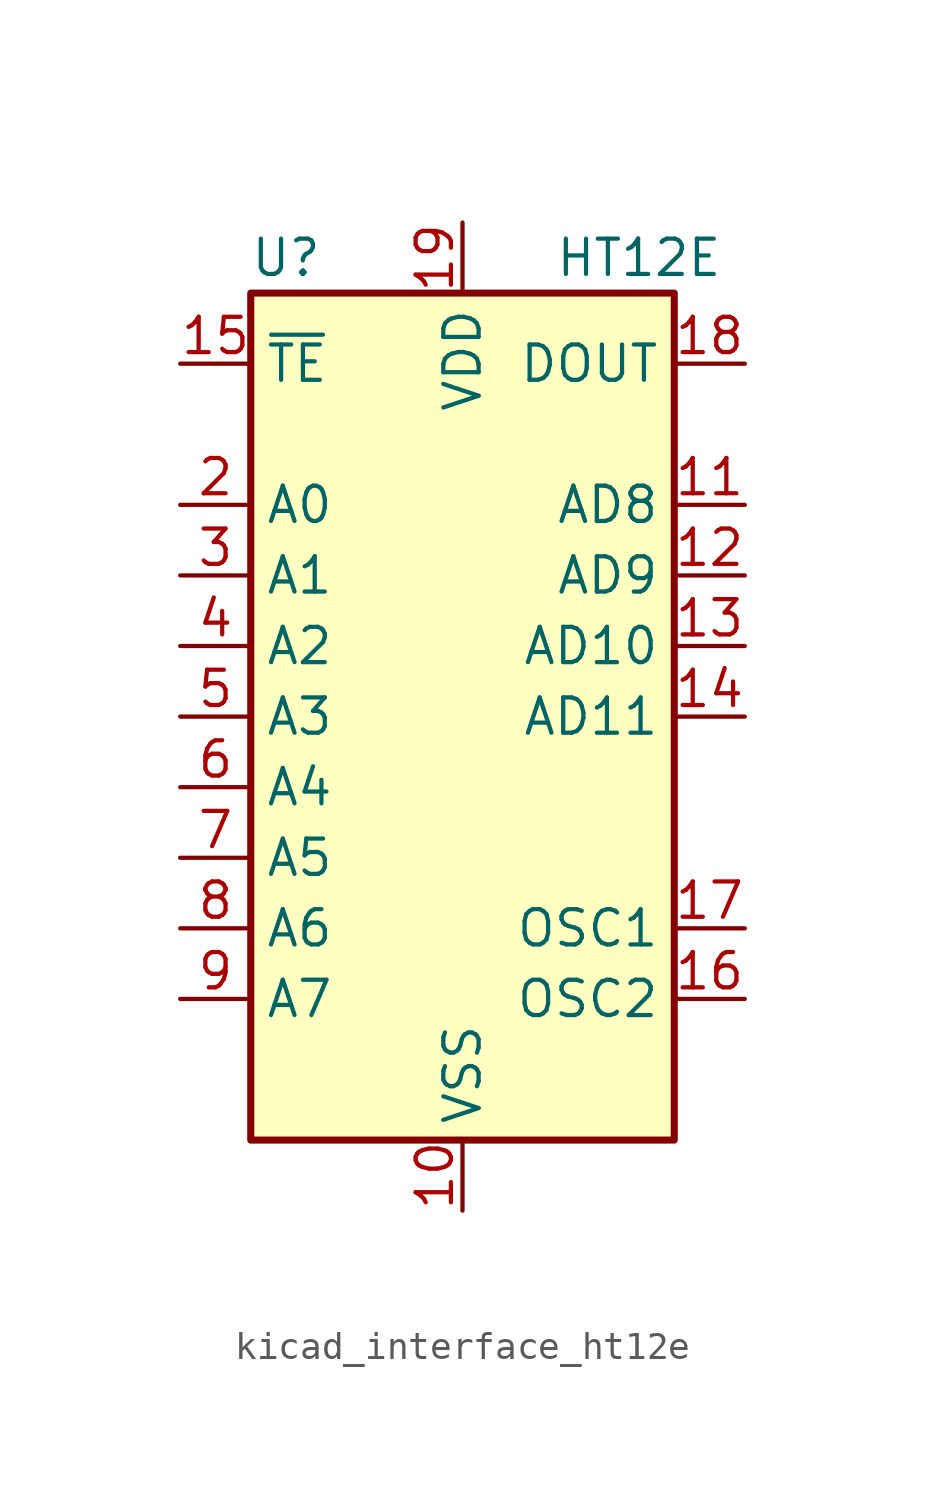
<source format=kicad_sym>
(kicad_symbol_lib
  (version 20220914)
  (generator kicad_symbol_editor)
  (symbol "kicad_interface_ht12e"
    (property "Reference" "U"
      (at -6.35 16.51 0)
      (effects (font (size 1.27 1.27))))
    (property "Value" "HT12E"
      (at 6.35 16.51 0)
      (effects (font (size 1.27 1.27))))
    (symbol "kicad_interface_ht12e_1_1"
      (rectangle (start -7.62 15.24) (end 7.62 -15.24) (stroke (width 0.254) (type default)) (fill (type background)))
      (pin no_connect line (at 7.62 -2.54 180) (length 2.54) hide (name "NC" (effects (font (size 1.27 1.27)))) (number "1" (effects (font (size 1.27 1.27)))))
      (pin power_in line (at 0 -17.78 90) (length 2.54) (name "VSS" (effects (font (size 1.27 1.27)))) (number "10" (effects (font (size 1.27 1.27)))))
      (pin output line (at 10.16 7.62 180) (length 2.54) (name "AD8" (effects (font (size 1.27 1.27)))) (number "11" (effects (font (size 1.27 1.27)))))
      (pin output line (at 10.16 5.08 180) (length 2.54) (name "AD9" (effects (font (size 1.27 1.27)))) (number "12" (effects (font (size 1.27 1.27)))))
      (pin output line (at 10.16 2.54 180) (length 2.54) (name "AD10" (effects (font (size 1.27 1.27)))) (number "13" (effects (font (size 1.27 1.27)))))
      (pin output line (at 10.16 0 180) (length 2.54) (name "AD11" (effects (font (size 1.27 1.27)))) (number "14" (effects (font (size 1.27 1.27)))))
      (pin input line (at -10.16 12.7 0) (length 2.54) (name "~{TE}" (effects (font (size 1.27 1.27)))) (number "15" (effects (font (size 1.27 1.27)))))
      (pin output line (at 10.16 -10.16 180) (length 2.54) (name "OSC2" (effects (font (size 1.27 1.27)))) (number "16" (effects (font (size 1.27 1.27)))))
      (pin input line (at 10.16 -7.62 180) (length 2.54) (name "OSC1" (effects (font (size 1.27 1.27)))) (number "17" (effects (font (size 1.27 1.27)))))
      (pin output line (at 10.16 12.7 180) (length 2.54) (name "DOUT" (effects (font (size 1.27 1.27)))) (number "18" (effects (font (size 1.27 1.27)))))
      (pin power_in line (at 0 17.78 270) (length 2.54) (name "VDD" (effects (font (size 1.27 1.27)))) (number "19" (effects (font (size 1.27 1.27)))))
      (pin input line (at -10.16 7.62 0) (length 2.54) (name "A0" (effects (font (size 1.27 1.27)))) (number "2" (effects (font (size 1.27 1.27)))))
      (pin no_connect line (at 7.62 -5.08 180) (length 2.54) hide (name "NC" (effects (font (size 1.27 1.27)))) (number "20" (effects (font (size 1.27 1.27)))))
      (pin input line (at -10.16 5.08 0) (length 2.54) (name "A1" (effects (font (size 1.27 1.27)))) (number "3" (effects (font (size 1.27 1.27)))))
      (pin input line (at -10.16 2.54 0) (length 2.54) (name "A2" (effects (font (size 1.27 1.27)))) (number "4" (effects (font (size 1.27 1.27)))))
      (pin input line (at -10.16 0 0) (length 2.54) (name "A3" (effects (font (size 1.27 1.27)))) (number "5" (effects (font (size 1.27 1.27)))))
      (pin input line (at -10.16 -2.54 0) (length 2.54) (name "A4" (effects (font (size 1.27 1.27)))) (number "6" (effects (font (size 1.27 1.27)))))
      (pin input line (at -10.16 -5.08 0) (length 2.54) (name "A5" (effects (font (size 1.27 1.27)))) (number "7" (effects (font (size 1.27 1.27)))))
      (pin input line (at -10.16 -7.62 0) (length 2.54) (name "A6" (effects (font (size 1.27 1.27)))) (number "8" (effects (font (size 1.27 1.27)))))
      (pin input line (at -10.16 -10.16 0) (length 2.54) (name "A7" (effects (font (size 1.27 1.27)))) (number "9" (effects (font (size 1.27 1.27))))))))
</source>
